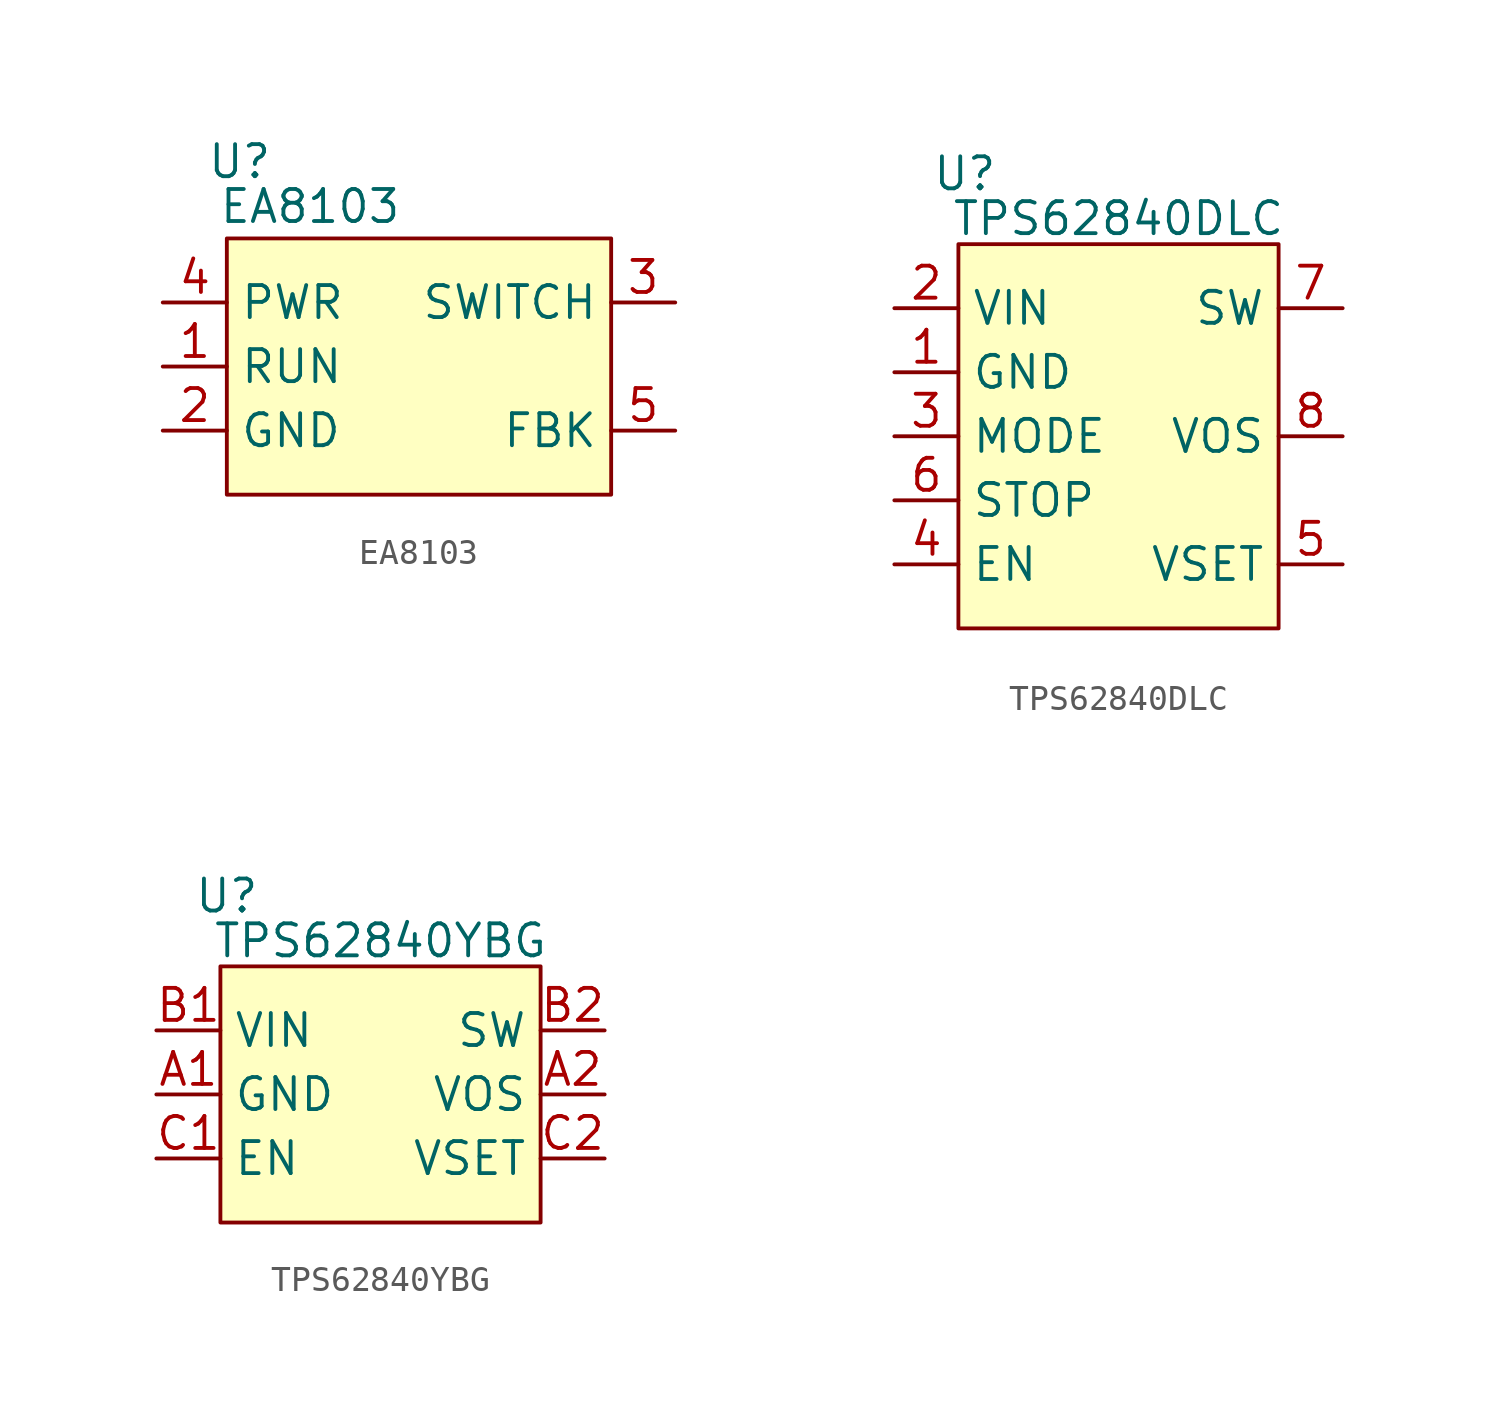
<source format=kicad_sym>
(kicad_symbol_lib
  (version 20241209)
  (generator "kicad_symbol_editor")
  (generator_version "9.0")
  (symbol "EA8103"
    (property "Reference" "U"
      (at -7.112 8.128 0)
      (effects (font (size 1.27 1.27))))
    (property "Value" "EA8103"
      (at -4.318 6.35 0)
      (effects (font (size 1.27 1.27))))
    (symbol "EA8103_1_1"
      (rectangle (start -7.62 5.08) (end 7.62 -5.08) (stroke (width 0) (type solid)) (fill (type background)))
      (pin power_in line (at -10.16 2.54 0) (length 2.54) (name "PWR" (effects (font (size 1.27 1.27)))) (number "4" (effects (font (size 1.27 1.27)))))
      (pin input line (at -10.16 0 0) (length 2.54) (name "RUN" (effects (font (size 1.27 1.27)))) (number "1" (effects (font (size 1.27 1.27)))))
      (pin power_in line (at -10.16 -2.54 0) (length 2.54) (name "GND" (effects (font (size 1.27 1.27)))) (number "2" (effects (font (size 1.27 1.27)))))
      (pin output line (at 10.16 2.54 180) (length 2.54) (name "SWITCH" (effects (font (size 1.27 1.27)))) (number "3" (effects (font (size 1.27 1.27)))))
      (pin input line (at 10.16 -2.54 180) (length 2.54) (name "FBK" (effects (font (size 1.27 1.27)))) (number "5" (effects (font (size 1.27 1.27)))))))
  (symbol "TPS62840DLC"
    (property "Reference" "U"
      (at -6.096 7.874 0)
      (effects (font (size 1.27 1.27))))
    (property "Value" "TPS62840DLC"
      (at 0 6.096 0)
      (effects (font (size 1.27 1.27))))
    (symbol "TPS62840DLC_1_1"
      (rectangle (start -6.35 5.08) (end 6.35 -10.16) (stroke (width 0) (type solid)) (fill (type background)))
      (pin power_in line (at -8.89 2.54 0) (length 2.54) (name "VIN" (effects (font (size 1.27 1.27)))) (number "2" (effects (font (size 1.27 1.27)))))
      (pin power_in line (at -8.89 0 0) (length 2.54) (name "GND" (effects (font (size 1.27 1.27)))) (number "1" (effects (font (size 1.27 1.27)))))
      (pin input line (at -8.89 -2.54 0) (length 2.54) (name "MODE" (effects (font (size 1.27 1.27)))) (number "3" (effects (font (size 1.27 1.27)))))
      (pin input line (at -8.89 -5.08 0) (length 2.54) (name "STOP" (effects (font (size 1.27 1.27)))) (number "6" (effects (font (size 1.27 1.27)))))
      (pin input line (at -8.89 -7.62 0) (length 2.54) (name "EN" (effects (font (size 1.27 1.27)))) (number "4" (effects (font (size 1.27 1.27)))))
      (pin power_in line (at 8.89 2.54 180) (length 2.54) (name "SW" (effects (font (size 1.27 1.27)))) (number "7" (effects (font (size 1.27 1.27)))))
      (pin input line (at 8.89 -2.54 180) (length 2.54) (name "VOS" (effects (font (size 1.27 1.27)))) (number "8" (effects (font (size 1.27 1.27)))))
      (pin input line (at 8.89 -7.62 180) (length 2.54) (name "VSET" (effects (font (size 1.27 1.27)))) (number "5" (effects (font (size 1.27 1.27)))))))
  (symbol "TPS62840YBG"
    (property "Reference" "U"
      (at -6.096 7.874 0)
      (effects (font (size 1.27 1.27))))
    (property "Value" "TPS62840YBG"
      (at 0 6.096 0)
      (effects (font (size 1.27 1.27))))
    (symbol "TPS62840YBG_1_1"
      (rectangle (start -6.35 5.08) (end 6.35 -5.08) (stroke (width 0) (type solid)) (fill (type background)))
      (pin power_in line (at -8.89 2.54 0) (length 2.54) (name "VIN" (effects (font (size 1.27 1.27)))) (number "B1" (effects (font (size 1.27 1.27)))))
      (pin power_in line (at -8.89 0 0) (length 2.54) (name "GND" (effects (font (size 1.27 1.27)))) (number "A1" (effects (font (size 1.27 1.27)))))
      (pin input line (at -8.89 -2.54 0) (length 2.54) (name "EN" (effects (font (size 1.27 1.27)))) (number "C1" (effects (font (size 1.27 1.27)))))
      (pin power_in line (at 8.89 2.54 180) (length 2.54) (name "SW" (effects (font (size 1.27 1.27)))) (number "B2" (effects (font (size 1.27 1.27)))))
      (pin input line (at 8.89 0 180) (length 2.54) (name "VOS" (effects (font (size 1.27 1.27)))) (number "A2" (effects (font (size 1.27 1.27)))))
      (pin input line (at 8.89 -2.54 180) (length 2.54) (name "VSET" (effects (font (size 1.27 1.27)))) (number "C2" (effects (font (size 1.27 1.27))))))))
</source>
